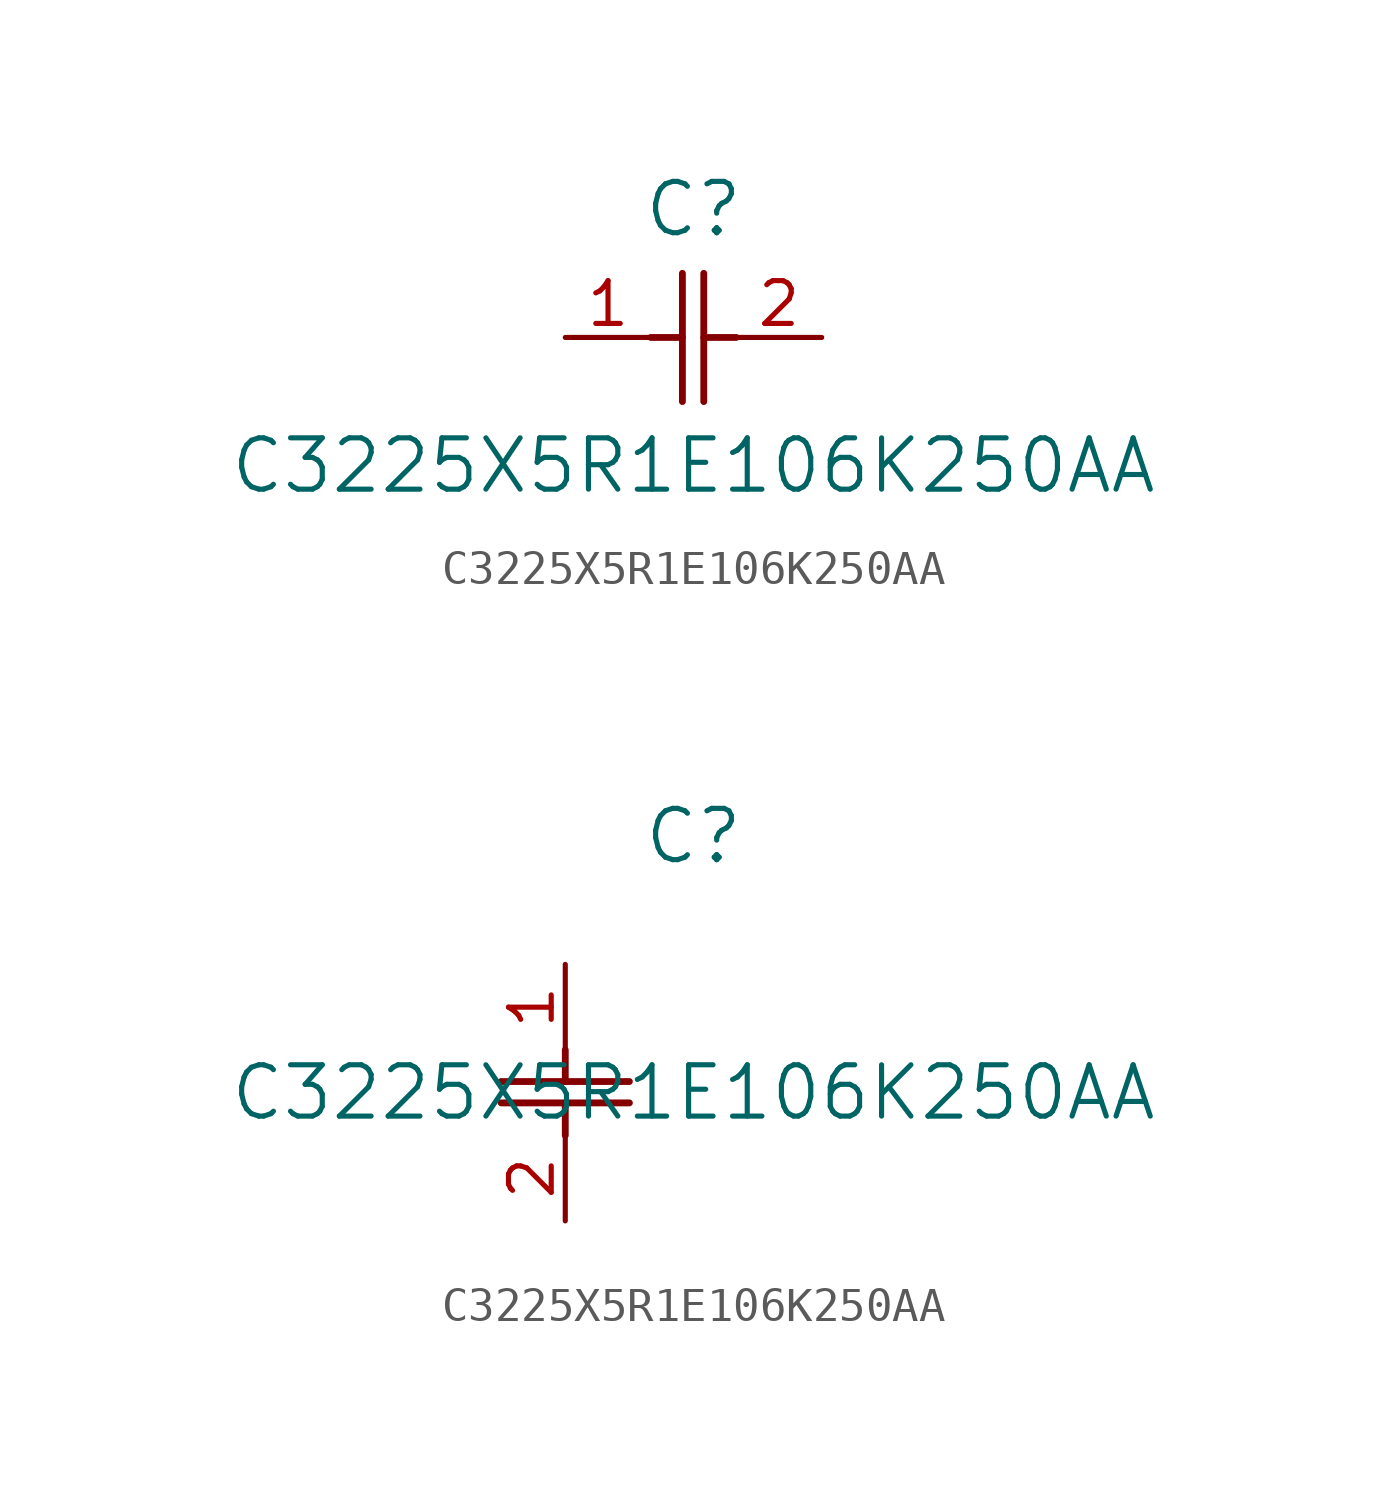
<source format=kicad_sym>
(kicad_symbol_lib
  (version 20211014)
  (generator kicad_symbol_editor)
  (symbol "C3225X5R1E106K250AA"
    (pin_names
      (offset 0.254))
    (property "Reference" "C"
      (at 3.81 3.81 0)
      (effects (font (size 1.524 1.524))))
    (property "Value" "C3225X5R1E106K250AA"
      (at 3.81 -3.81 0)
      (effects (font (size 1.524 1.524))))
    (symbol "C3225X5R1E106K250AA_1_1"
      (polyline (pts (xy 3.48 -1.905) (xy 3.48 1.905)) (stroke (width 0.203) (type default) (color 0 0 0 0)) (fill (type none)))
      (polyline (pts (xy 4.115 -1.905) (xy 4.115 1.905)) (stroke (width 0.203) (type default) (color 0 0 0 0)) (fill (type none)))
      (polyline (pts (xy 4.115 0) (xy 5.08 0)) (stroke (width 0.203) (type default) (color 0 0 0 0)) (fill (type none)))
      (polyline (pts (xy 2.54 0) (xy 3.48 0)) (stroke (width 0.203) (type default) (color 0 0 0 0)) (fill (type none)))
      (pin unspecified line (at 0 0 0) (length 2.54) (name "" (effects (font (size 1.27 1.27)))) (number "1" (effects (font (size 1.27 1.27)))))
      (pin unspecified line (at 7.62 0 180) (length 2.54) (name "" (effects (font (size 1.27 1.27)))) (number "2" (effects (font (size 1.27 1.27))))))
    (symbol "C3225X5R1E106K250AA_1_2"
      (polyline (pts (xy -1.905 -3.48) (xy 1.905 -3.48)) (stroke (width 0.203) (type default) (color 0 0 0 0)) (fill (type none)))
      (polyline (pts (xy -1.905 -4.115) (xy 1.905 -4.115)) (stroke (width 0.203) (type default) (color 0 0 0 0)) (fill (type none)))
      (polyline (pts (xy 0 -4.115) (xy 0 -5.08)) (stroke (width 0.203) (type default) (color 0 0 0 0)) (fill (type none)))
      (polyline (pts (xy 0 -2.54) (xy 0 -3.48)) (stroke (width 0.203) (type default) (color 0 0 0 0)) (fill (type none)))
      (pin unspecified line (at 0 0 270) (length 2.54) (name "" (effects (font (size 1.27 1.27)))) (number "1" (effects (font (size 1.27 1.27)))))
      (pin unspecified line (at 0 -7.62 90) (length 2.54) (name "" (effects (font (size 1.27 1.27)))) (number "2" (effects (font (size 1.27 1.27))))))))
</source>
